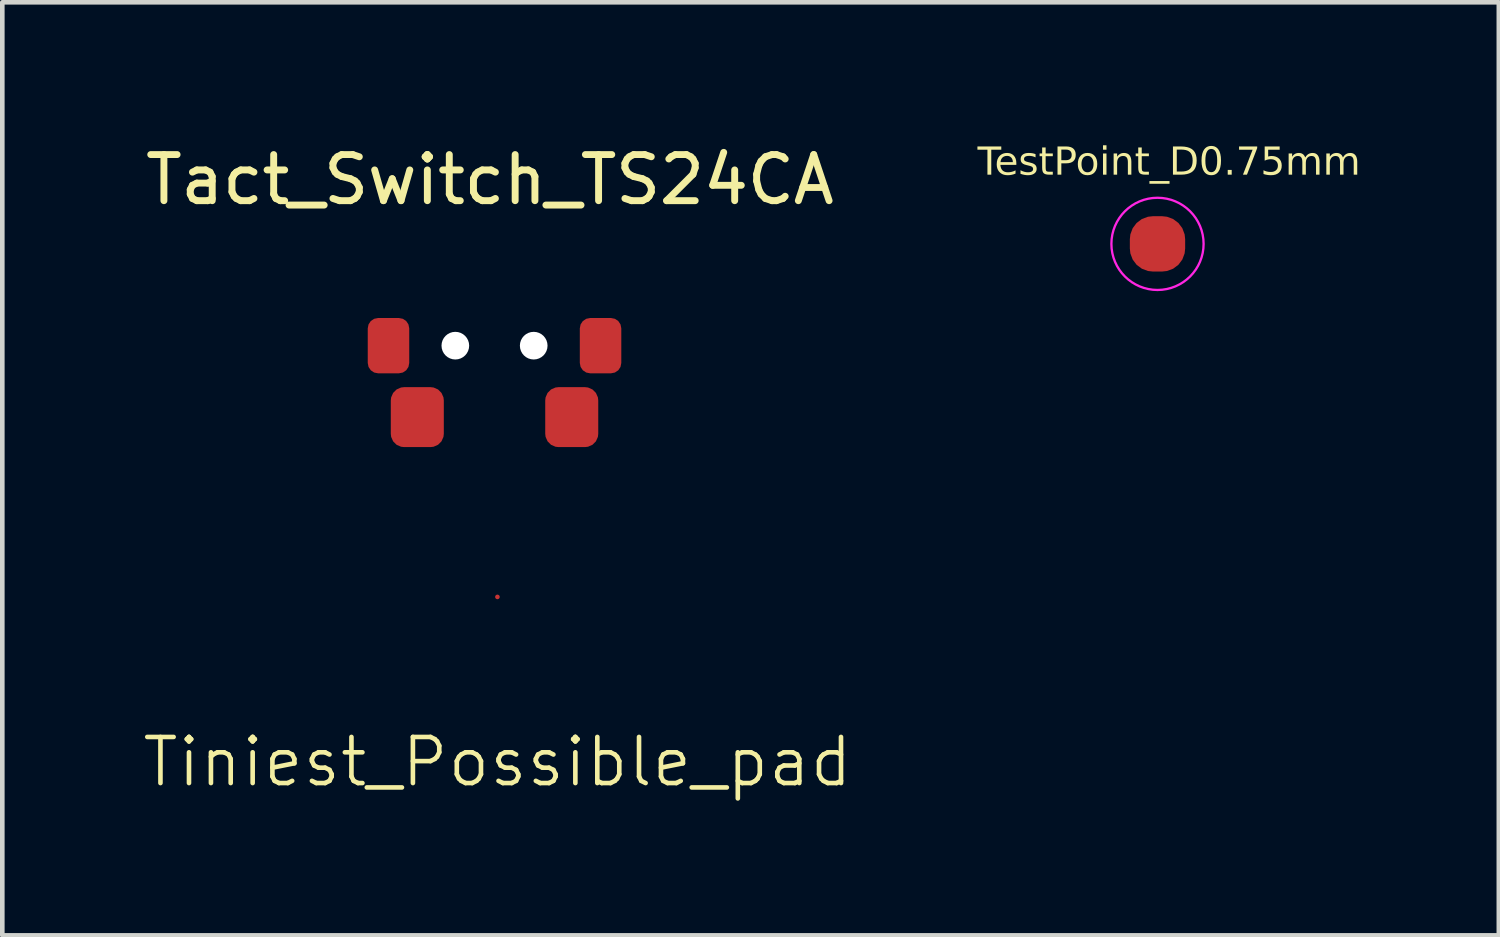
<source format=kicad_pcb>
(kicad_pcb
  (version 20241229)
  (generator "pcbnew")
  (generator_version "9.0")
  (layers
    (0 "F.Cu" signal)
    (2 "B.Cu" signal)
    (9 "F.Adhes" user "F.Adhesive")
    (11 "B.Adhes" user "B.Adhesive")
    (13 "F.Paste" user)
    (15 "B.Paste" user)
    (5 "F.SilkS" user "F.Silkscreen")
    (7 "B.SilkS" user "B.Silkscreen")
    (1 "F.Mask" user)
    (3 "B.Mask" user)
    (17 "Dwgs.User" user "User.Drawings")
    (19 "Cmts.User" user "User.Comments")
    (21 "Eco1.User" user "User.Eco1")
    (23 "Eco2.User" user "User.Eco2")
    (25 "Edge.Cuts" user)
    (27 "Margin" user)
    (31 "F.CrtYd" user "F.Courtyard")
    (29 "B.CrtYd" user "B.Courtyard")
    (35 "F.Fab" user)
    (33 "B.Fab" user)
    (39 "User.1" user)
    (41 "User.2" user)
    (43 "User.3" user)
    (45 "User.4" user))
  (footprint "Tact_Switch_TS24CA"
    (layer "F.Cu")
    (at 7.677 4.448)
    (property "Reference" "Tact_Switch_TS24CA" (at -0.1 -3.6 0) (unlocked yes) (layer "F.SilkS") (effects (font (size 1 1) (thickness 0.15))))
    (attr smd)
    (pad "" smd roundrect (at -2.3 0) (size 0.9 1.2) (layers "F.Cu" "F.Mask" "F.Paste") (roundrect_rratio 0.25))
    (pad "" np_thru_hole circle (at -0.85 0) (size 0.6 0.6) (drill 0.6) (layers "*.Cu" "*.Mask"))
    (pad "" np_thru_hole circle (at 0.85 0) (size 0.6 0.6) (drill 0.6) (layers "*.Cu" "*.Mask"))
    (pad "0" smd roundrect (at 2.3 0) (size 0.9 1.2) (layers "F.Cu" "F.Mask" "F.Paste") (roundrect_rratio 0.25))
    (pad "1" smd roundrect (at -1.675 1.55) (size 1.15 1.3) (layers "F.Cu" "F.Mask" "F.Paste") (roundrect_rratio 0.25))
    (pad "2" smd roundrect (at 1.675 1.55) (size 1.15 1.3) (layers "F.Cu" "F.Mask" "F.Paste") (roundrect_rratio 0.25)))
  (footprint "TestPoint_D0.75mm"
    (layer "F.Cu")
    (at 22.058 2.24)
    (property "Reference" "TestPoint_D0.75mm" (at 0.25 -1.75 0) (unlocked yes) (layer "F.SilkS") (effects (font (face "Eurostile Next LT Com") (size 0.6 0.6) (thickness 0.15))))
    (attr smd)
    (fp_circle (center 0 0) (end 1 0) (stroke (width 0.05) (type solid)) (fill no) (layer "F.CrtYd"))
    (pad "1" smd roundrect (at 0 0) (size 1.2 1.2) (layers "F.Cu" "F.Mask") (roundrect_rratio 0.417)))
  (footprint "Tiniest_Possible_pad"
    (layer "F.Cu")
    (at 7.74 9.898)
    (property "Reference" "Tiniest_Possible_pad" (at 0 3.58 0) (unlocked yes) (layer "F.SilkS") (effects (font (size 1 1) (thickness 0.1))))
    (attr smd)
    (pad "1" smd circle (at 0 0) (size 0.1 0.1) (layers "F.Cu" "F.Mask")))
  (gr_rect
    (start -3 -3)
    (end 29.462 17.239)
    (stroke (width 0.1) (type default))
    (fill no)
    (layer "Edge.Cuts")))
</source>
